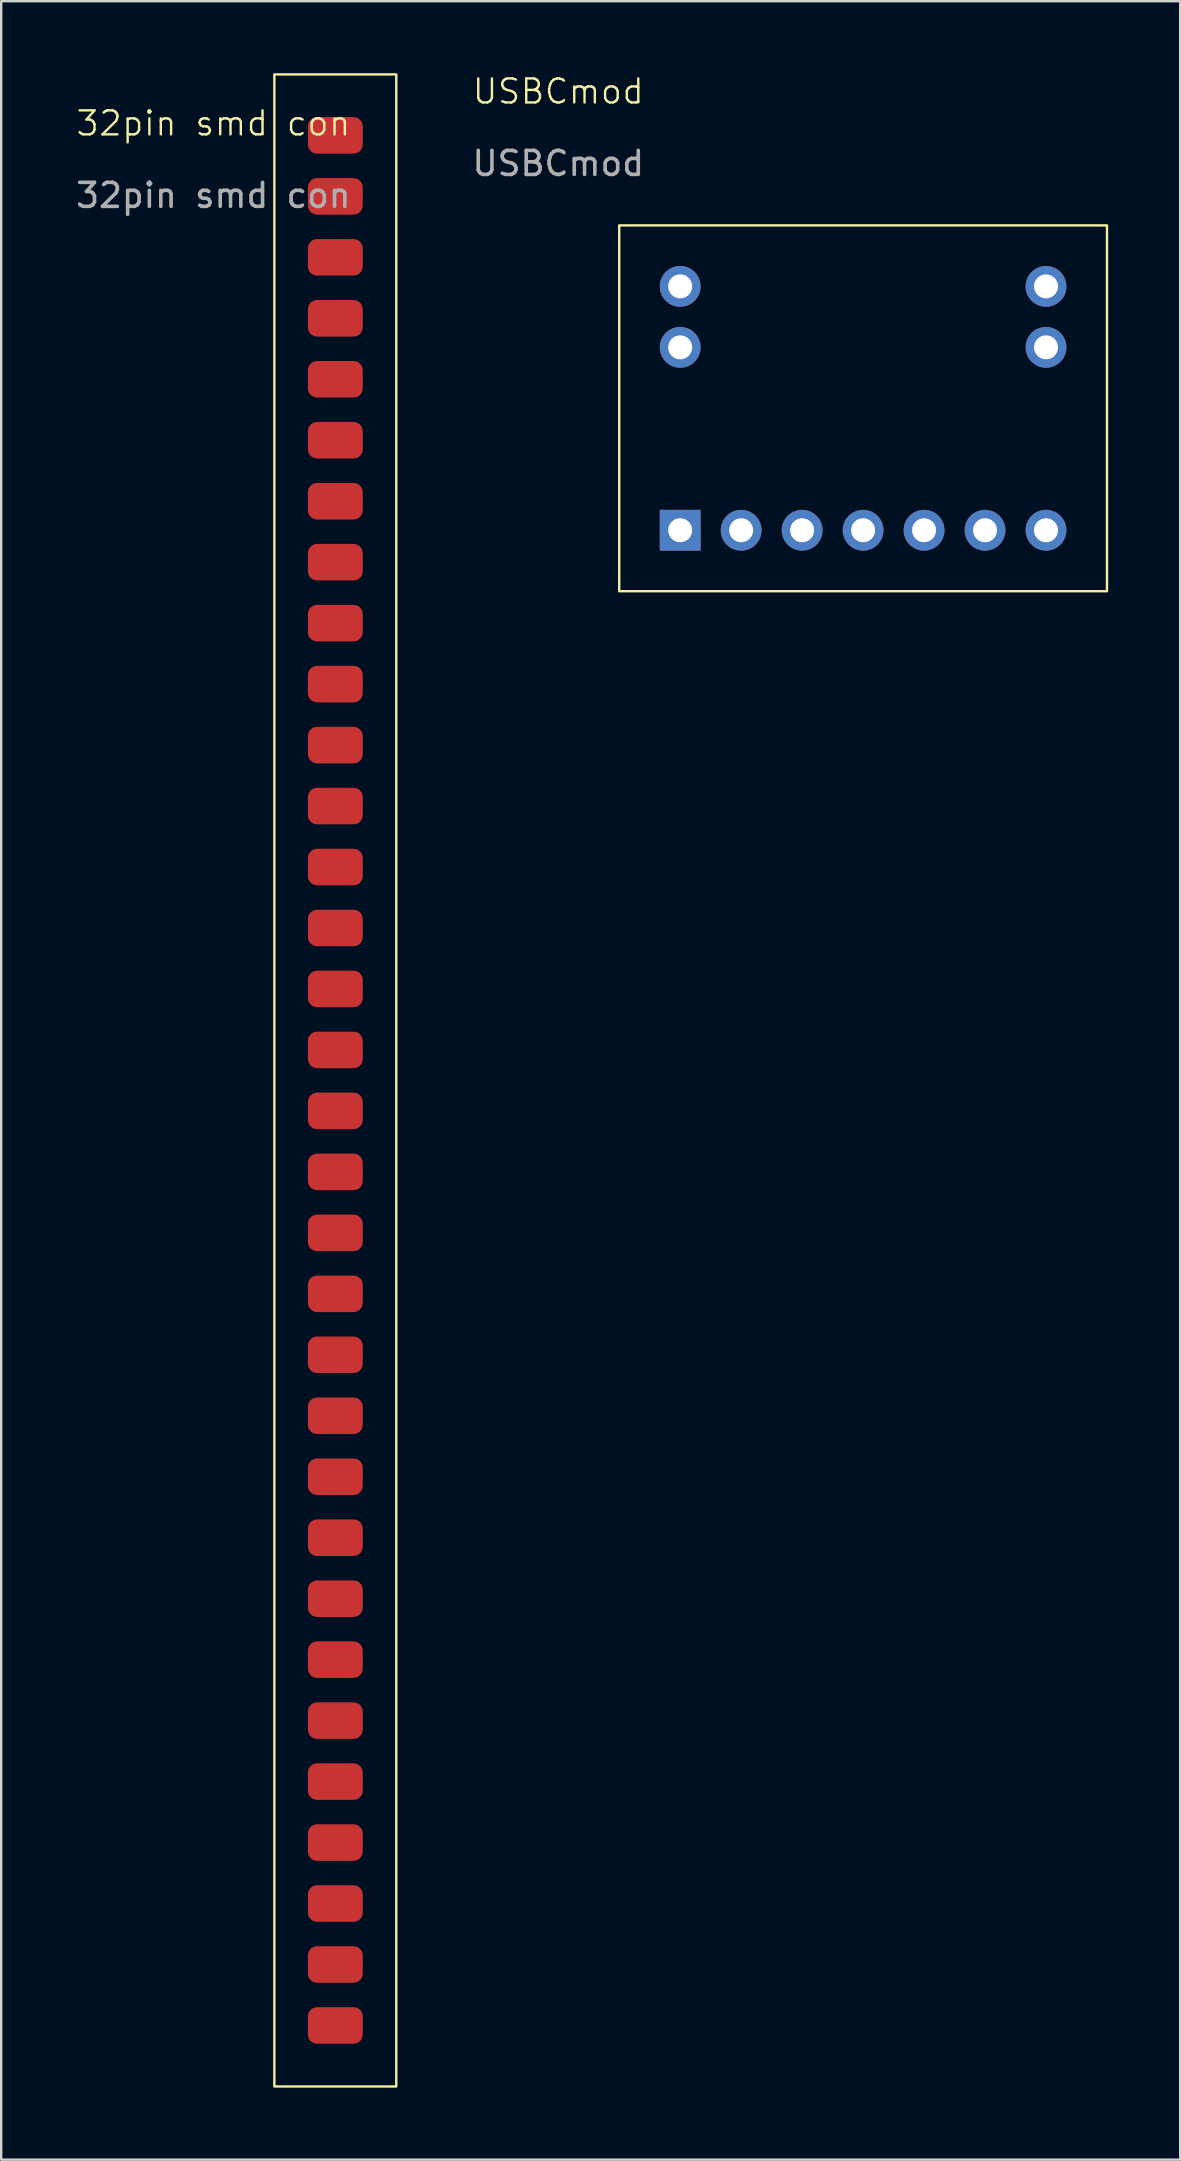
<source format=kicad_pcb>
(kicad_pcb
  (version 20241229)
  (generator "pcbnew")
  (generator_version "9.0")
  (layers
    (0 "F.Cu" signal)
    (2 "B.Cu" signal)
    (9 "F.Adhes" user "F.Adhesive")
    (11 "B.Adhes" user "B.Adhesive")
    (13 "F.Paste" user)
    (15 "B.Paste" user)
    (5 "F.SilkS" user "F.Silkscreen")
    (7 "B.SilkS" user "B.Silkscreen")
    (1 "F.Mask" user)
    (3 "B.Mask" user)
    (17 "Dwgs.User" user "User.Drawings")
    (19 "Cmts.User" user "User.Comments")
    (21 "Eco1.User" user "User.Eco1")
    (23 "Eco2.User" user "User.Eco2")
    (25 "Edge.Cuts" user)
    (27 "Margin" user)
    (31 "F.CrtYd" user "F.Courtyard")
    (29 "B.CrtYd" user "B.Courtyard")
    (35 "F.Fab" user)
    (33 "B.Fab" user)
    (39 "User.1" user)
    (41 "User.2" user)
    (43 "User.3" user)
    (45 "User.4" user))
  (footprint "32pin smd con"
    (layer "F.Cu")
    (at 5.839 2.59)
    (property "Reference" "32pin smd con" (at 0 -0.5 0) (unlocked yes) (layer "F.SilkS") (effects (font (size 1 1) (thickness 0.1))))
    (attr smd)
    (fp_rect (start 2.54 -2.54) (end 7.62 81.28) (stroke (width 0.1) (type default)) (fill no) (layer "F.SilkS"))
    (fp_text user "${REFERENCE}" (at 0 2.5 0) (unlocked yes) (layer "F.Fab") (effects (font (size 1 1) (thickness 0.15))))
    (pad "1" smd roundrect (at 5.08 0) (size 2.286 1.524) (layers "F.Cu" "F.Mask" "F.Paste") (roundrect_rratio 0.25))
    (pad "2" smd roundrect (at 5.08 2.54) (size 2.286 1.524) (layers "F.Cu" "F.Mask" "F.Paste") (roundrect_rratio 0.25))
    (pad "3" smd roundrect (at 5.08 5.08) (size 2.286 1.524) (layers "F.Cu" "F.Mask" "F.Paste") (roundrect_rratio 0.25))
    (pad "4" smd roundrect (at 5.08 7.62) (size 2.286 1.524) (layers "F.Cu" "F.Mask" "F.Paste") (roundrect_rratio 0.25))
    (pad "5" smd roundrect (at 5.08 10.16) (size 2.286 1.524) (layers "F.Cu" "F.Mask" "F.Paste") (roundrect_rratio 0.25))
    (pad "6" smd roundrect (at 5.08 12.7) (size 2.286 1.524) (layers "F.Cu" "F.Mask" "F.Paste") (roundrect_rratio 0.25))
    (pad "7" smd roundrect (at 5.08 15.24) (size 2.286 1.524) (layers "F.Cu" "F.Mask" "F.Paste") (roundrect_rratio 0.25))
    (pad "8" smd roundrect (at 5.08 17.78) (size 2.286 1.524) (layers "F.Cu" "F.Mask" "F.Paste") (roundrect_rratio 0.25))
    (pad "9" smd roundrect (at 5.08 20.32) (size 2.286 1.524) (layers "F.Cu" "F.Mask" "F.Paste") (roundrect_rratio 0.25))
    (pad "10" smd roundrect (at 5.08 22.86) (size 2.286 1.524) (layers "F.Cu" "F.Mask" "F.Paste") (roundrect_rratio 0.25))
    (pad "11" smd roundrect (at 5.08 25.4) (size 2.286 1.524) (layers "F.Cu" "F.Mask" "F.Paste") (roundrect_rratio 0.25))
    (pad "12" smd roundrect (at 5.08 27.94) (size 2.286 1.524) (layers "F.Cu" "F.Mask" "F.Paste") (roundrect_rratio 0.25))
    (pad "13" smd roundrect (at 5.08 30.48) (size 2.286 1.524) (layers "F.Cu" "F.Mask" "F.Paste") (roundrect_rratio 0.25))
    (pad "14" smd roundrect (at 5.08 33.02) (size 2.286 1.524) (layers "F.Cu" "F.Mask" "F.Paste") (roundrect_rratio 0.25))
    (pad "15" smd roundrect (at 5.08 35.56) (size 2.286 1.524) (layers "F.Cu" "F.Mask" "F.Paste") (roundrect_rratio 0.25))
    (pad "16" smd roundrect (at 5.08 38.1) (size 2.286 1.524) (layers "F.Cu" "F.Mask" "F.Paste") (roundrect_rratio 0.25))
    (pad "17" smd roundrect (at 5.08 40.64) (size 2.286 1.524) (layers "F.Cu" "F.Mask" "F.Paste") (roundrect_rratio 0.25))
    (pad "18" smd roundrect (at 5.08 43.18) (size 2.286 1.524) (layers "F.Cu" "F.Mask" "F.Paste") (roundrect_rratio 0.25))
    (pad "19" smd roundrect (at 5.08 45.72) (size 2.286 1.524) (layers "F.Cu" "F.Mask" "F.Paste") (roundrect_rratio 0.25))
    (pad "20" smd roundrect (at 5.08 48.26) (size 2.286 1.524) (layers "F.Cu" "F.Mask" "F.Paste") (roundrect_rratio 0.25))
    (pad "21" smd roundrect (at 5.08 50.8) (size 2.286 1.524) (layers "F.Cu" "F.Mask" "F.Paste") (roundrect_rratio 0.25))
    (pad "22" smd roundrect (at 5.08 53.34) (size 2.286 1.524) (layers "F.Cu" "F.Mask" "F.Paste") (roundrect_rratio 0.25))
    (pad "23" smd roundrect (at 5.08 55.88) (size 2.286 1.524) (layers "F.Cu" "F.Mask" "F.Paste") (roundrect_rratio 0.25))
    (pad "24" smd roundrect (at 5.08 58.42) (size 2.286 1.524) (layers "F.Cu" "F.Mask" "F.Paste") (roundrect_rratio 0.25))
    (pad "25" smd roundrect (at 5.08 60.96) (size 2.286 1.524) (layers "F.Cu" "F.Mask" "F.Paste") (roundrect_rratio 0.25))
    (pad "26" smd roundrect (at 5.08 63.5) (size 2.286 1.524) (layers "F.Cu" "F.Mask" "F.Paste") (roundrect_rratio 0.25))
    (pad "27" smd roundrect (at 5.08 66.04) (size 2.286 1.524) (layers "F.Cu" "F.Mask" "F.Paste") (roundrect_rratio 0.25))
    (pad "28" smd roundrect (at 5.08 68.58) (size 2.286 1.524) (layers "F.Cu" "F.Mask" "F.Paste") (roundrect_rratio 0.25))
    (pad "29" smd roundrect (at 5.08 71.12) (size 2.286 1.524) (layers "F.Cu" "F.Mask" "F.Paste") (roundrect_rratio 0.25))
    (pad "30" smd roundrect (at 5.08 73.66) (size 2.286 1.524) (layers "F.Cu" "F.Mask" "F.Paste") (roundrect_rratio 0.25))
    (pad "31" smd roundrect (at 5.08 76.2) (size 2.286 1.524) (layers "F.Cu" "F.Mask" "F.Paste") (roundrect_rratio 0.25))
    (pad "32" smd roundrect (at 5.08 78.74) (size 2.286 1.524) (layers "F.Cu" "F.Mask" "F.Paste") (roundrect_rratio 0.25)))
  (footprint "USBCmod"
    (layer "F.Cu")
    (at 20.206 1.26)
    (property "Reference" "USBCmod" (at 0 -0.5 0) (unlocked yes) (layer "F.SilkS") (effects (font (size 1 1) (thickness 0.1))))
    (attr smd)
    (fp_rect (start 2.54 5.08) (end 22.86 20.32) (stroke (width 0.1) (type default)) (fill no) (layer "F.SilkS"))
    (fp_text user "${REFERENCE}" (at 0 2.5 0) (unlocked yes) (layer "F.Fab") (effects (font (size 1 1) (thickness 0.15))))
    (pad "1" thru_hole rect (at 5.08 17.78) (size 1.7 1.7) (drill 1) (layers "*.Cu" "*.Mask"))
    (pad "2" thru_hole circle (at 7.62 17.78) (size 1.7 1.7) (drill 1) (layers "*.Cu" "*.Mask"))
    (pad "3" thru_hole circle (at 10.16 17.78) (size 1.7 1.7) (drill 1) (layers "*.Cu" "*.Mask"))
    (pad "4" thru_hole circle (at 12.7 17.78) (size 1.7 1.7) (drill 1) (layers "*.Cu" "*.Mask"))
    (pad "5" thru_hole circle (at 15.24 17.78) (size 1.7 1.7) (drill 1) (layers "*.Cu" "*.Mask"))
    (pad "6" thru_hole circle (at 17.78 17.78) (size 1.7 1.7) (drill 1) (layers "*.Cu" "*.Mask"))
    (pad "7" thru_hole circle (at 20.32 17.78) (size 1.7 1.7) (drill 1) (layers "*.Cu" "*.Mask"))
    (pad "8" thru_hole circle (at 5.08 7.62) (size 1.7 1.7) (drill 1) (layers "*.Cu" "*.Mask"))
    (pad "8" thru_hole circle (at 5.08 10.16) (size 1.7 1.7) (drill 1) (layers "*.Cu" "*.Mask"))
    (pad "8" thru_hole circle (at 20.32 7.62) (size 1.7 1.7) (drill 1) (layers "*.Cu" "*.Mask"))
    (pad "8" thru_hole circle (at 20.32 10.16) (size 1.7 1.7) (drill 1) (layers "*.Cu" "*.Mask")))
  (gr_rect
    (start -3 -3)
    (end 46.116 86.92)
    (stroke (width 0.1) (type default))
    (fill no)
    (layer "Edge.Cuts")))
</source>
